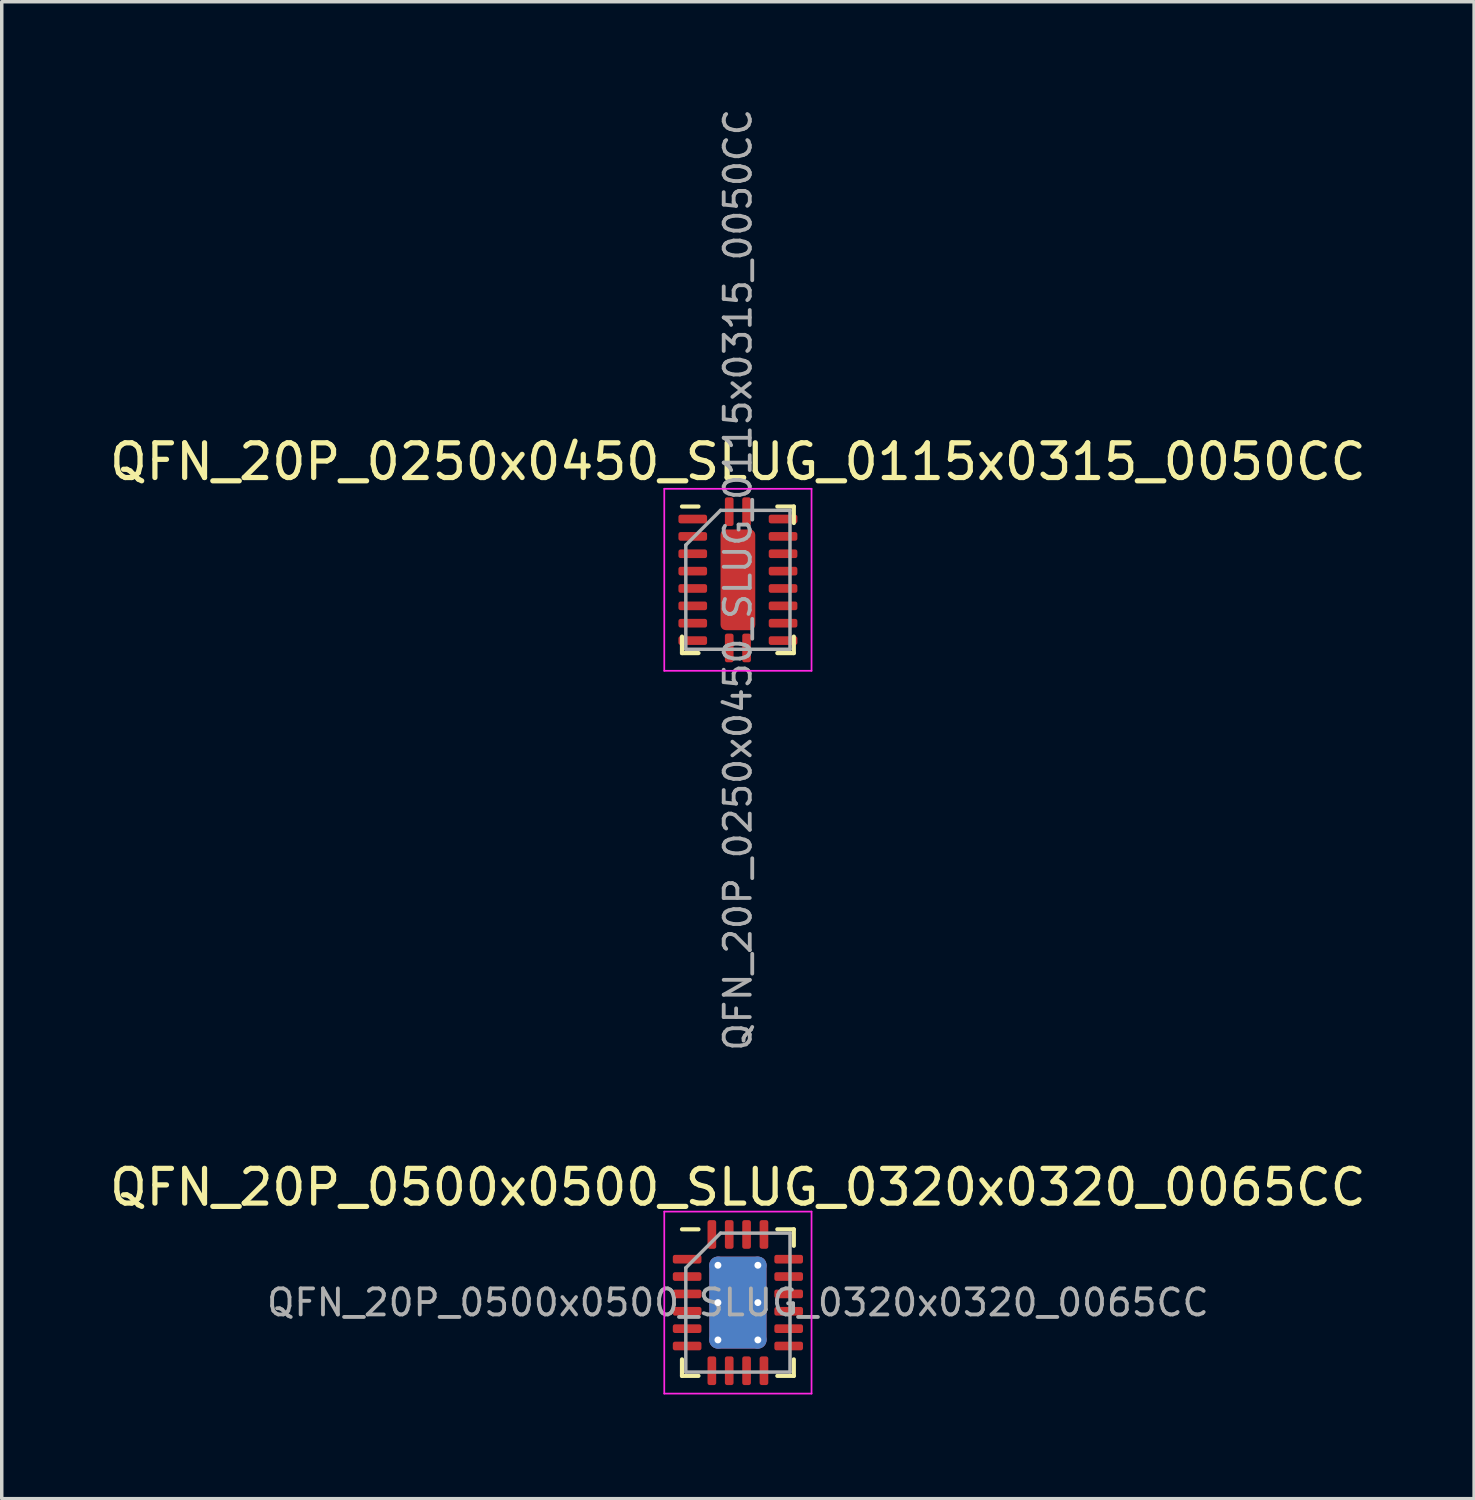
<source format=kicad_pcb>
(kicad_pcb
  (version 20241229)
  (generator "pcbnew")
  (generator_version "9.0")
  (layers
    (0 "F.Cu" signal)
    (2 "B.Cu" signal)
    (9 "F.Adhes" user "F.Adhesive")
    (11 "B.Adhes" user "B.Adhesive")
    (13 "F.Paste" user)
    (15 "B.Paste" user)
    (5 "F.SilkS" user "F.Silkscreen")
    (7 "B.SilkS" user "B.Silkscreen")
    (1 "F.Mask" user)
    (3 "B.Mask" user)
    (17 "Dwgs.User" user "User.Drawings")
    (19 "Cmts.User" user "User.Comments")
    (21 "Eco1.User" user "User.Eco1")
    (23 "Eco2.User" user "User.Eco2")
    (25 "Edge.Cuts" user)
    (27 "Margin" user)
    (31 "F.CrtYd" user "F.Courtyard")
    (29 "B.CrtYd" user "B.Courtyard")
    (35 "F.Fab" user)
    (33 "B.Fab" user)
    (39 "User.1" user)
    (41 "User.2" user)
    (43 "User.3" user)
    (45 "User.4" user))
  (footprint "QFN_20P_0250x0450_SLUG_0115x0315_0050CC"
    (layer "F.Cu")
    (at 18.196 13.644)
    (property "Reference" "QFN_20P_0250x0450_SLUG_0115x0315_0050CC" (at 0 -3.4 0) (layer "F.SilkS") (effects (font (size 1 1) (thickness 0.15))))
    (attr smd)
    (fp_line (start -1.61 2.11) (end -1.61 1.635) (stroke (width 0.12) (type solid)) (layer "F.SilkS"))
    (fp_line (start -1.135 -2.11) (end -1.61 -2.11) (stroke (width 0.12) (type solid)) (layer "F.SilkS"))
    (fp_line (start -1.135 2.11) (end -1.61 2.11) (stroke (width 0.12) (type solid)) (layer "F.SilkS"))
    (fp_line (start 1.135 -2.11) (end 1.61 -2.11) (stroke (width 0.12) (type solid)) (layer "F.SilkS"))
    (fp_line (start 1.135 2.11) (end 1.61 2.11) (stroke (width 0.12) (type solid)) (layer "F.SilkS"))
    (fp_line (start 1.61 -2.11) (end 1.61 -1.635) (stroke (width 0.12) (type solid)) (layer "F.SilkS"))
    (fp_line (start 1.61 2.11) (end 1.61 1.635) (stroke (width 0.12) (type solid)) (layer "F.SilkS"))
    (fp_line (start -2.12 -2.62) (end -2.12 2.62) (stroke (width 0.05) (type solid)) (layer "F.CrtYd"))
    (fp_line (start -2.12 2.62) (end 2.12 2.62) (stroke (width 0.05) (type solid)) (layer "F.CrtYd"))
    (fp_line (start 2.12 -2.62) (end -2.12 -2.62) (stroke (width 0.05) (type solid)) (layer "F.CrtYd"))
    (fp_line (start 2.12 2.62) (end 2.12 -2.62) (stroke (width 0.05) (type solid)) (layer "F.CrtYd"))
    (fp_line (start -1.5 -1) (end -0.5 -2) (stroke (width 0.1) (type solid)) (layer "F.Fab"))
    (fp_line (start -1.5 2) (end -1.5 -1) (stroke (width 0.1) (type solid)) (layer "F.Fab"))
    (fp_line (start -0.5 -2) (end 1.5 -2) (stroke (width 0.1) (type solid)) (layer "F.Fab"))
    (fp_line (start 1.5 -2) (end 1.5 2) (stroke (width 0.1) (type solid)) (layer "F.Fab"))
    (fp_line (start 1.5 2) (end -1.5 2) (stroke (width 0.1) (type solid)) (layer "F.Fab"))
    (fp_text user "${REFERENCE}" (at 0 0 90) (layer "F.Fab") (effects (font (size 0.75 0.75) (thickness 0.11))))
    (pad "1" smd roundrect (at -0.25 -1.962) (size 0.25 0.825) (layers "F.Cu" "F.Mask" "F.Paste") (roundrect_rratio 0.25))
    (pad "2" smd roundrect (at -1.3 -1.75 90) (size 0.25 0.825) (layers "F.Cu" "F.Mask" "F.Paste") (roundrect_rratio 0.25))
    (pad "3" smd roundrect (at -1.3 -1.25) (size 0.825 0.25) (layers "F.Cu" "F.Mask" "F.Paste") (roundrect_rratio 0.25))
    (pad "4" smd roundrect (at -1.3 -0.75) (size 0.825 0.25) (layers "F.Cu" "F.Mask" "F.Paste") (roundrect_rratio 0.25))
    (pad "5" smd roundrect (at -1.3 -0.25) (size 0.825 0.25) (layers "F.Cu" "F.Mask" "F.Paste") (roundrect_rratio 0.25))
    (pad "6" smd roundrect (at -1.3 0.25) (size 0.825 0.25) (layers "F.Cu" "F.Mask" "F.Paste") (roundrect_rratio 0.25))
    (pad "7" smd roundrect (at -1.3 0.75) (size 0.825 0.25) (layers "F.Cu" "F.Mask" "F.Paste") (roundrect_rratio 0.25))
    (pad "8" smd roundrect (at -1.3 1.25) (size 0.825 0.25) (layers "F.Cu" "F.Mask" "F.Paste") (roundrect_rratio 0.25))
    (pad "9" smd roundrect (at -1.3 1.75 90) (size 0.25 0.825) (layers "F.Cu" "F.Mask" "F.Paste") (roundrect_rratio 0.25))
    (pad "10" smd roundrect (at -0.25 1.962) (size 0.25 0.825) (layers "F.Cu" "F.Mask" "F.Paste") (roundrect_rratio 0.25))
    (pad "11" smd roundrect (at 0.25 1.962) (size 0.25 0.825) (layers "F.Cu" "F.Mask" "F.Paste") (roundrect_rratio 0.25))
    (pad "12" smd roundrect (at 1.3 1.75 90) (size 0.25 0.825) (layers "F.Cu" "F.Mask" "F.Paste") (roundrect_rratio 0.25))
    (pad "13" smd roundrect (at 1.3 1.25) (size 0.825 0.25) (layers "F.Cu" "F.Mask" "F.Paste") (roundrect_rratio 0.25))
    (pad "14" smd roundrect (at 1.3 0.75) (size 0.825 0.25) (layers "F.Cu" "F.Mask" "F.Paste") (roundrect_rratio 0.25))
    (pad "15" smd roundrect (at 1.3 0.25) (size 0.825 0.25) (layers "F.Cu" "F.Mask" "F.Paste") (roundrect_rratio 0.25))
    (pad "16" smd roundrect (at 1.3 -0.25) (size 0.825 0.25) (layers "F.Cu" "F.Mask" "F.Paste") (roundrect_rratio 0.25))
    (pad "17" smd roundrect (at 1.3 -0.75) (size 0.825 0.25) (layers "F.Cu" "F.Mask" "F.Paste") (roundrect_rratio 0.25))
    (pad "18" smd roundrect (at 1.3 -1.25) (size 0.825 0.25) (layers "F.Cu" "F.Mask" "F.Paste") (roundrect_rratio 0.25))
    (pad "19" smd roundrect (at 1.3 -1.75 90) (size 0.25 0.825) (layers "F.Cu" "F.Mask" "F.Paste") (roundrect_rratio 0.25))
    (pad "20" smd roundrect (at 0.25 -1.962) (size 0.25 0.825) (layers "F.Cu" "F.Mask" "F.Paste") (roundrect_rratio 0.25))
    (pad "21" smd roundrect (at 0 0) (size 1 2.9) (layers "F.Cu" "F.Mask") (roundrect_rratio 0.152)))
  (footprint "QFN_20P_0500x0500_SLUG_0320x0320_0065CC"
    (layer "F.Cu")
    (at 18.196 34.455)
    (property "Reference" "QFN_20P_0500x0500_SLUG_0320x0320_0065CC" (at 0 -3.32 0) (layer "F.SilkS") (effects (font (size 1 1) (thickness 0.15))))
    (attr smd)
    (fp_line (start -1.61 2.11) (end -1.61 1.635) (stroke (width 0.12) (type solid)) (layer "F.SilkS"))
    (fp_line (start -1.135 -2.11) (end -1.61 -2.11) (stroke (width 0.12) (type solid)) (layer "F.SilkS"))
    (fp_line (start -1.135 2.11) (end -1.61 2.11) (stroke (width 0.12) (type solid)) (layer "F.SilkS"))
    (fp_line (start 1.135 -2.11) (end 1.61 -2.11) (stroke (width 0.12) (type solid)) (layer "F.SilkS"))
    (fp_line (start 1.135 2.11) (end 1.61 2.11) (stroke (width 0.12) (type solid)) (layer "F.SilkS"))
    (fp_line (start 1.61 -2.11) (end 1.61 -1.635) (stroke (width 0.12) (type solid)) (layer "F.SilkS"))
    (fp_line (start 1.61 2.11) (end 1.61 1.635) (stroke (width 0.12) (type solid)) (layer "F.SilkS"))
    (fp_line (start -2.12 -2.62) (end -2.12 2.62) (stroke (width 0.05) (type solid)) (layer "F.CrtYd"))
    (fp_line (start -2.12 2.62) (end 2.12 2.62) (stroke (width 0.05) (type solid)) (layer "F.CrtYd"))
    (fp_line (start 2.12 -2.62) (end -2.12 -2.62) (stroke (width 0.05) (type solid)) (layer "F.CrtYd"))
    (fp_line (start 2.12 2.62) (end 2.12 -2.62) (stroke (width 0.05) (type solid)) (layer "F.CrtYd"))
    (fp_line (start -1.5 -1) (end -0.5 -2) (stroke (width 0.1) (type solid)) (layer "F.Fab"))
    (fp_line (start -1.5 2) (end -1.5 -1) (stroke (width 0.1) (type solid)) (layer "F.Fab"))
    (fp_line (start -0.5 -2) (end 1.5 -2) (stroke (width 0.1) (type solid)) (layer "F.Fab"))
    (fp_line (start 1.5 -2) (end 1.5 2) (stroke (width 0.1) (type solid)) (layer "F.Fab"))
    (fp_line (start 1.5 2) (end -1.5 2) (stroke (width 0.1) (type solid)) (layer "F.Fab"))
    (fp_text user "${REFERENCE}" (at 0 0 0) (layer "F.Fab") (effects (font (size 0.75 0.75) (thickness 0.11))))
    (pad "" smd roundrect (at -0.41 -0.66) (size 0.71 1.15) (layers "F.Paste") (roundrect_rratio 0.25))
    (pad "" smd roundrect (at -0.41 0.66) (size 0.71 1.15) (layers "F.Paste") (roundrect_rratio 0.25))
    (pad "" smd roundrect (at 0.41 -0.66) (size 0.71 1.15) (layers "F.Paste") (roundrect_rratio 0.25))
    (pad "" smd roundrect (at 0.41 0.66) (size 0.71 1.15) (layers "F.Paste") (roundrect_rratio 0.25))
    (pad "1" smd roundrect (at -1.462 -1.25) (size 0.825 0.25) (layers "F.Cu" "F.Mask" "F.Paste") (roundrect_rratio 0.25))
    (pad "2" smd roundrect (at -1.462 -0.75) (size 0.825 0.25) (layers "F.Cu" "F.Mask" "F.Paste") (roundrect_rratio 0.25))
    (pad "3" smd roundrect (at -1.462 -0.25) (size 0.825 0.25) (layers "F.Cu" "F.Mask" "F.Paste") (roundrect_rratio 0.25))
    (pad "4" smd roundrect (at -1.462 0.25) (size 0.825 0.25) (layers "F.Cu" "F.Mask" "F.Paste") (roundrect_rratio 0.25))
    (pad "5" smd roundrect (at -1.462 0.75) (size 0.825 0.25) (layers "F.Cu" "F.Mask" "F.Paste") (roundrect_rratio 0.25))
    (pad "6" smd roundrect (at -1.462 1.25) (size 0.825 0.25) (layers "F.Cu" "F.Mask" "F.Paste") (roundrect_rratio 0.25))
    (pad "7" smd roundrect (at -0.75 1.962) (size 0.25 0.825) (layers "F.Cu" "F.Mask" "F.Paste") (roundrect_rratio 0.25))
    (pad "8" smd roundrect (at -0.25 1.962) (size 0.25 0.825) (layers "F.Cu" "F.Mask" "F.Paste") (roundrect_rratio 0.25))
    (pad "9" smd roundrect (at 0.25 1.962) (size 0.25 0.825) (layers "F.Cu" "F.Mask" "F.Paste") (roundrect_rratio 0.25))
    (pad "10" smd roundrect (at 0.75 1.962) (size 0.25 0.825) (layers "F.Cu" "F.Mask" "F.Paste") (roundrect_rratio 0.25))
    (pad "11" smd roundrect (at 1.462 1.25) (size 0.825 0.25) (layers "F.Cu" "F.Mask" "F.Paste") (roundrect_rratio 0.25))
    (pad "12" smd roundrect (at 1.462 0.75) (size 0.825 0.25) (layers "F.Cu" "F.Mask" "F.Paste") (roundrect_rratio 0.25))
    (pad "13" smd roundrect (at 1.462 0.25) (size 0.825 0.25) (layers "F.Cu" "F.Mask" "F.Paste") (roundrect_rratio 0.25))
    (pad "14" smd roundrect (at 1.462 -0.25) (size 0.825 0.25) (layers "F.Cu" "F.Mask" "F.Paste") (roundrect_rratio 0.25))
    (pad "15" smd roundrect (at 1.462 -0.75) (size 0.825 0.25) (layers "F.Cu" "F.Mask" "F.Paste") (roundrect_rratio 0.25))
    (pad "16" smd roundrect (at 1.462 -1.25) (size 0.825 0.25) (layers "F.Cu" "F.Mask" "F.Paste") (roundrect_rratio 0.25))
    (pad "17" smd roundrect (at 0.75 -1.962) (size 0.25 0.825) (layers "F.Cu" "F.Mask" "F.Paste") (roundrect_rratio 0.25))
    (pad "18" smd roundrect (at 0.25 -1.962) (size 0.25 0.825) (layers "F.Cu" "F.Mask" "F.Paste") (roundrect_rratio 0.25))
    (pad "19" smd roundrect (at -0.25 -1.962) (size 0.25 0.825) (layers "F.Cu" "F.Mask" "F.Paste") (roundrect_rratio 0.25))
    (pad "20" smd roundrect (at -0.75 -1.962) (size 0.25 0.825) (layers "F.Cu" "F.Mask" "F.Paste") (roundrect_rratio 0.25))
    (pad "21" thru_hole circle (at -0.575 -1.075) (size 0.5 0.5) (drill 0.2) (layers "*.Cu"))
    (pad "21" thru_hole circle (at -0.575 0) (size 0.5 0.5) (drill 0.2) (layers "*.Cu"))
    (pad "21" thru_hole circle (at -0.575 1.075) (size 0.5 0.5) (drill 0.2) (layers "*.Cu"))
    (pad "21" smd roundrect (at 0 0) (size 1.65 2.65) (layers "F.Cu" "F.Mask") (roundrect_rratio 0.152))
    (pad "21" smd roundrect (at 0 0) (size 1.65 2.65) (layers "B.Cu") (roundrect_rratio 0.152))
    (pad "21" thru_hole circle (at 0.575 -1.075) (size 0.5 0.5) (drill 0.2) (layers "*.Cu"))
    (pad "21" thru_hole circle (at 0.575 0) (size 0.5 0.5) (drill 0.2) (layers "*.Cu"))
    (pad "21" thru_hole circle (at 0.575 1.075) (size 0.5 0.5) (drill 0.2) (layers "*.Cu")))
  (gr_rect
    (start -3 -3)
    (end 39.393 40.1)
    (stroke (width 0.1) (type default))
    (fill no)
    (layer "Edge.Cuts")))
</source>
